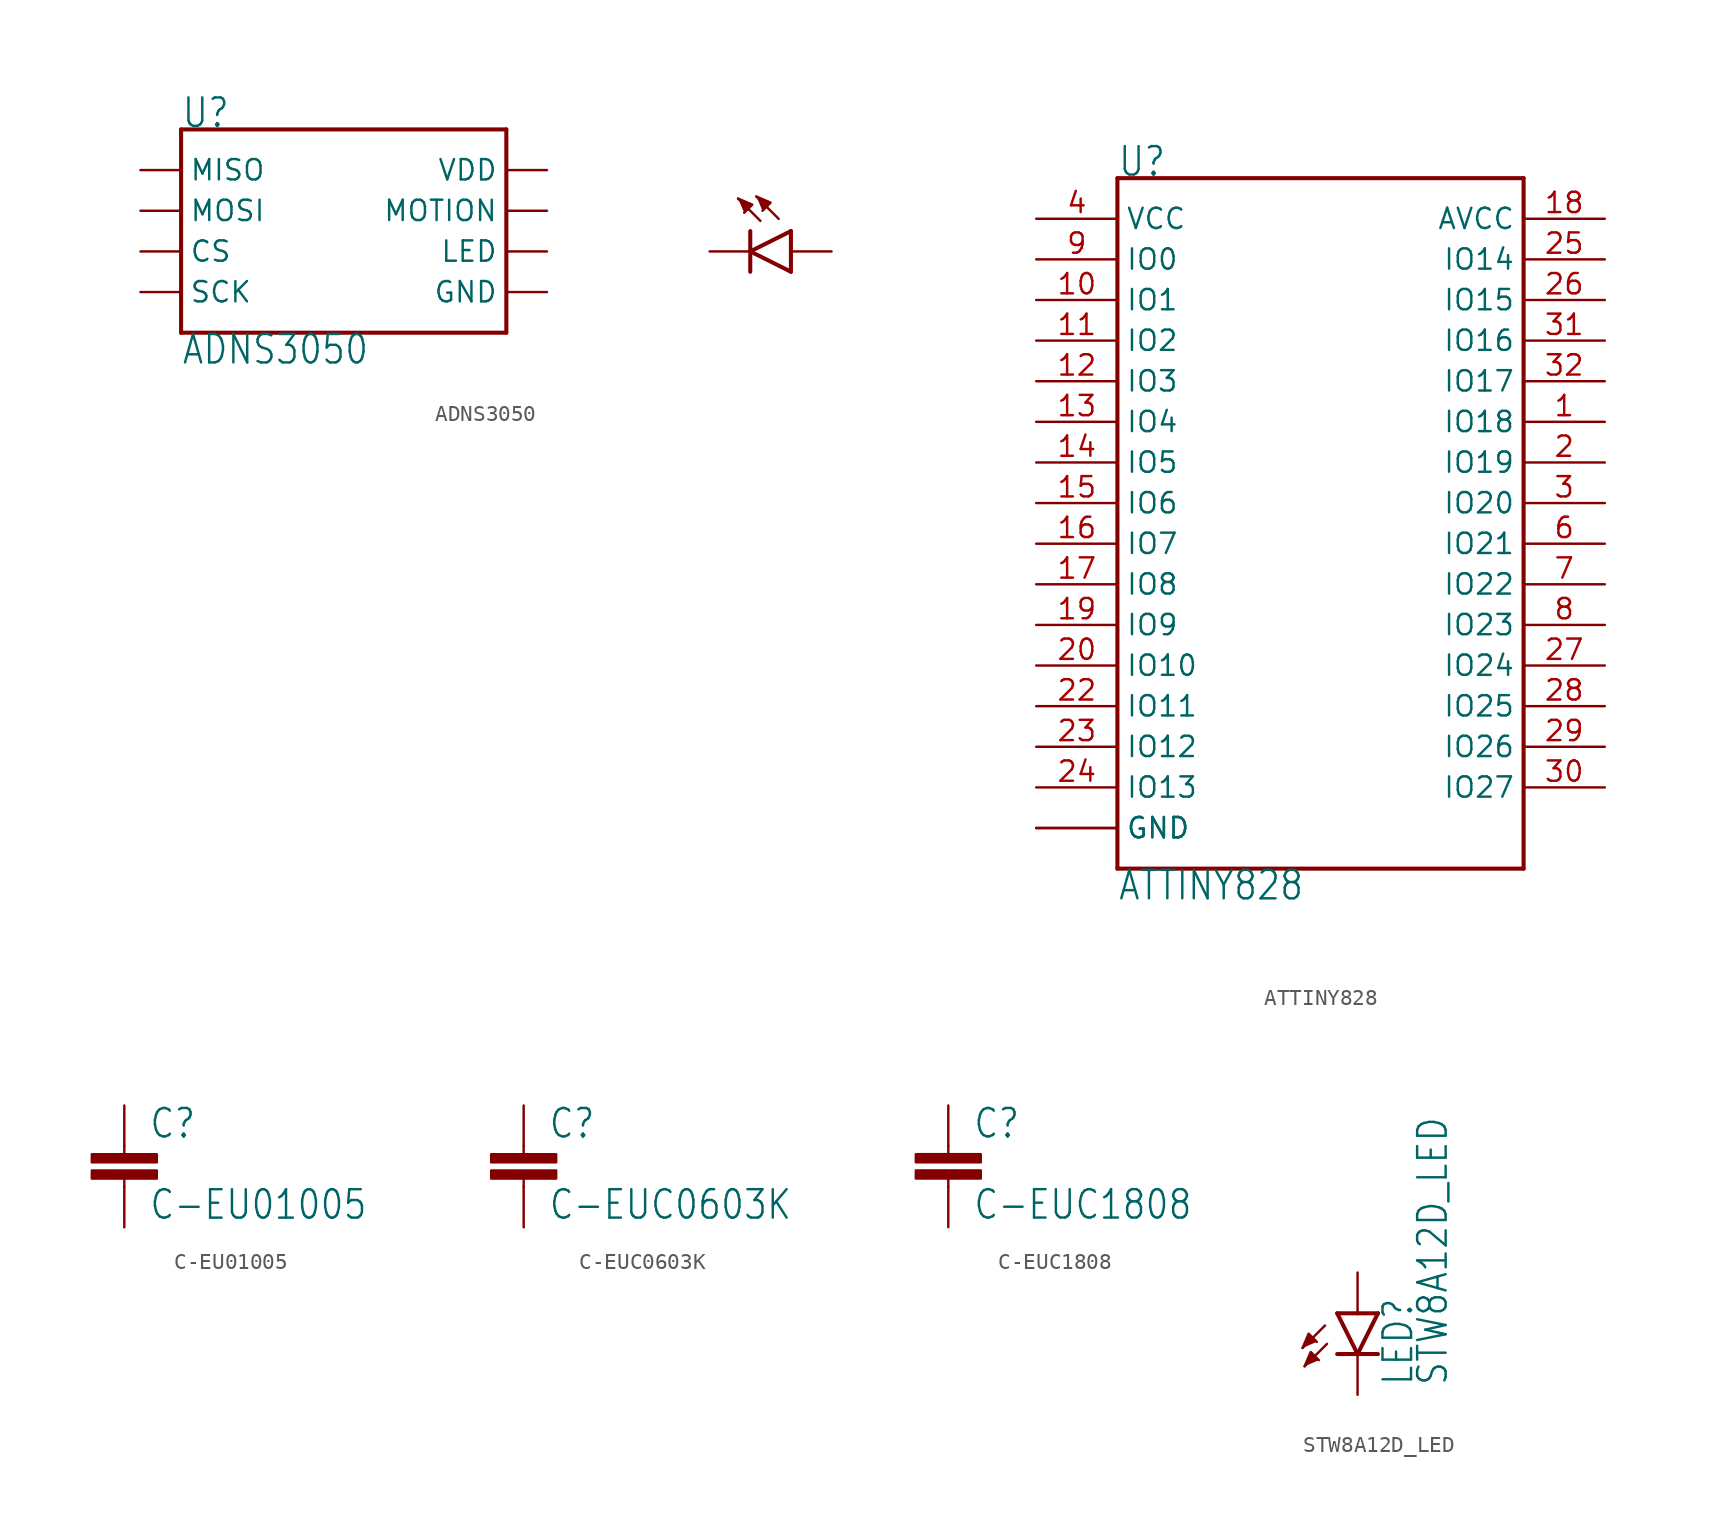
<source format=kicad_sym>
(kicad_symbol_lib
  (version 20211014)
  (generator kicad_symbol_editor)
  (symbol "ADNS3050"
    (property "Reference" "U"
      (at -10.16 5.08 0)
      (effects (font (size 1.778 1.511)) (justify left bottom)))
    (property "Value" "ADNS3050"
      (at -10.16 -7.62 0)
      (effects (font (size 1.778 1.511)) (justify left top)))
    (property "ki_locked" ""
      (at 0 0 0)
      (effects (font (size 1.27 1.27))))
    (symbol "ADNS3050_1_0"
      (polyline (pts (xy -10.16 -7.62) (xy -10.16 5.08)) (stroke (width 0.254) (type default) (color 0 0 0 0)) (fill (type none)))
      (polyline (pts (xy -10.16 5.08) (xy 10.16 5.08)) (stroke (width 0.254) (type default) (color 0 0 0 0)) (fill (type none)))
      (polyline (pts (xy 10.16 -7.62) (xy -10.16 -7.62)) (stroke (width 0.254) (type default) (color 0 0 0 0)) (fill (type none)))
      (polyline (pts (xy 10.16 5.08) (xy 10.16 -7.62)) (stroke (width 0.254) (type default) (color 0 0 0 0)) (fill (type none)))
      (polyline (pts (xy 25.4 -3.81) (xy 25.4 -2.54)) (stroke (width 0.254) (type default) (color 0 0 0 0)) (fill (type none)))
      (polyline (pts (xy 25.4 -2.54) (xy 25.4 -1.27)) (stroke (width 0.254) (type default) (color 0 0 0 0)) (fill (type none)))
      (polyline (pts (xy 25.4 -2.54) (xy 27.94 -1.27)) (stroke (width 0.254) (type default) (color 0 0 0 0)) (fill (type none)))
      (polyline (pts (xy 26.035 -0.635) (xy 24.638 0.762)) (stroke (width 0.152) (type default) (color 0 0 0 0)) (fill (type none)))
      (polyline (pts (xy 27.178 -0.508) (xy 25.781 0.889)) (stroke (width 0.152) (type default) (color 0 0 0 0)) (fill (type none)))
      (polyline (pts (xy 27.94 -3.81) (xy 25.4 -2.54)) (stroke (width 0.254) (type default) (color 0 0 0 0)) (fill (type none)))
      (polyline (pts (xy 27.94 -3.81) (xy 27.94 -1.27)) (stroke (width 0.254) (type default) (color 0 0 0 0)) (fill (type none)))
      (polyline (pts (xy 24.638 0.762) (xy 25.527 0.381) (xy 25.019 -0.127)) (stroke (width 0) (type default) (color 0 0 0 0)) (fill (type outline)))
      (polyline (pts (xy 25.781 0.889) (xy 26.67 0.508) (xy 26.162 0)) (stroke (width 0) (type default) (color 0 0 0 0)) (fill (type outline)))
      (pin bidirectional line (at -12.7 2.54 0) (length 2.54) (name "MISO" (effects (font (size 1.27 1.27)))) (number "1" (effects (font (size 0 0)))))
      (pin passive line (at 12.7 -2.54 180) (length 2.54) (name "LED" (effects (font (size 1.27 1.27)))) (number "2" (effects (font (size 0 0)))))
      (pin bidirectional line (at -12.7 0 0) (length 2.54) (name "MOSI" (effects (font (size 1.27 1.27)))) (number "3" (effects (font (size 0 0)))))
      (pin bidirectional line (at -12.7 -2.54 0) (length 2.54) (name "CS" (effects (font (size 1.27 1.27)))) (number "4" (effects (font (size 0 0)))))
      (pin bidirectional line (at -12.7 -5.08 0) (length 2.54) (name "SCK" (effects (font (size 1.27 1.27)))) (number "5" (effects (font (size 0 0)))))
      (pin power_in line (at 12.7 -5.08 180) (length 2.54) (name "GND" (effects (font (size 1.27 1.27)))) (number "6" (effects (font (size 0 0)))))
      (pin power_in line (at 12.7 2.54 180) (length 2.54) (name "VDD" (effects (font (size 1.27 1.27)))) (number "7" (effects (font (size 0 0)))))
      (pin output line (at 12.7 0 180) (length 2.54) (name "MOTION" (effects (font (size 1.27 1.27)))) (number "8" (effects (font (size 0 0)))))
      (pin passive line (at 30.48 -2.54 180) (length 2.54) (name "A" (effects (font (size 0 0)))) (number "A" (effects (font (size 0 0)))))
      (pin passive line (at 22.86 -2.54 0) (length 2.54) (name "K" (effects (font (size 0 0)))) (number "K" (effects (font (size 0 0)))))))
  (symbol "ATTINY828"
    (property "Reference" "U"
      (at -12.7 12.7 0)
      (effects (font (size 1.778 1.511)) (justify left bottom)))
    (property "Value" "ATTINY828"
      (at -12.7 -30.48 0)
      (effects (font (size 1.778 1.511)) (justify left top)))
    (property "ki_locked" ""
      (at 0 0 0)
      (effects (font (size 1.27 1.27))))
    (symbol "ATTINY828_1_0"
      (polyline (pts (xy -12.7 -30.48) (xy -12.7 12.7)) (stroke (width 0.254) (type default) (color 0 0 0 0)) (fill (type none)))
      (polyline (pts (xy -12.7 12.7) (xy 12.7 12.7)) (stroke (width 0.254) (type default) (color 0 0 0 0)) (fill (type none)))
      (polyline (pts (xy 12.7 -30.48) (xy -12.7 -30.48)) (stroke (width 0.254) (type default) (color 0 0 0 0)) (fill (type none)))
      (polyline (pts (xy 12.7 12.7) (xy 12.7 -30.48)) (stroke (width 0.254) (type default) (color 0 0 0 0)) (fill (type none)))
      (pin bidirectional line (at 17.78 -2.54 180) (length 5.08) (name "IO18" (effects (font (size 1.27 1.27)))) (number "1" (effects (font (size 1.27 1.27)))))
      (pin bidirectional line (at -17.78 5.08 0) (length 5.08) (name "IO1" (effects (font (size 1.27 1.27)))) (number "10" (effects (font (size 1.27 1.27)))))
      (pin bidirectional line (at -17.78 2.54 0) (length 5.08) (name "IO2" (effects (font (size 1.27 1.27)))) (number "11" (effects (font (size 1.27 1.27)))))
      (pin bidirectional line (at -17.78 0 0) (length 5.08) (name "IO3" (effects (font (size 1.27 1.27)))) (number "12" (effects (font (size 1.27 1.27)))))
      (pin bidirectional line (at -17.78 -2.54 0) (length 5.08) (name "IO4" (effects (font (size 1.27 1.27)))) (number "13" (effects (font (size 1.27 1.27)))))
      (pin bidirectional line (at -17.78 -5.08 0) (length 5.08) (name "IO5" (effects (font (size 1.27 1.27)))) (number "14" (effects (font (size 1.27 1.27)))))
      (pin bidirectional line (at -17.78 -7.62 0) (length 5.08) (name "IO6" (effects (font (size 1.27 1.27)))) (number "15" (effects (font (size 1.27 1.27)))))
      (pin bidirectional line (at -17.78 -10.16 0) (length 5.08) (name "IO7" (effects (font (size 1.27 1.27)))) (number "16" (effects (font (size 1.27 1.27)))))
      (pin bidirectional line (at -17.78 -12.7 0) (length 5.08) (name "IO8" (effects (font (size 1.27 1.27)))) (number "17" (effects (font (size 1.27 1.27)))))
      (pin power_in line (at 17.78 10.16 180) (length 5.08) (name "AVCC" (effects (font (size 1.27 1.27)))) (number "18" (effects (font (size 1.27 1.27)))))
      (pin bidirectional line (at -17.78 -15.24 0) (length 5.08) (name "IO9" (effects (font (size 1.27 1.27)))) (number "19" (effects (font (size 1.27 1.27)))))
      (pin bidirectional line (at 17.78 -5.08 180) (length 5.08) (name "IO19" (effects (font (size 1.27 1.27)))) (number "2" (effects (font (size 1.27 1.27)))))
      (pin bidirectional line (at -17.78 -17.78 0) (length 5.08) (name "IO10" (effects (font (size 1.27 1.27)))) (number "20" (effects (font (size 1.27 1.27)))))
      (pin power_in line (at -17.78 -27.94 0) (length 5.08) (name "GND" (effects (font (size 1.27 1.27)))) (number "21" (effects (font (size 0 0)))))
      (pin bidirectional line (at -17.78 -20.32 0) (length 5.08) (name "IO11" (effects (font (size 1.27 1.27)))) (number "22" (effects (font (size 1.27 1.27)))))
      (pin bidirectional line (at -17.78 -22.86 0) (length 5.08) (name "IO12" (effects (font (size 1.27 1.27)))) (number "23" (effects (font (size 1.27 1.27)))))
      (pin bidirectional line (at -17.78 -25.4 0) (length 5.08) (name "IO13" (effects (font (size 1.27 1.27)))) (number "24" (effects (font (size 1.27 1.27)))))
      (pin bidirectional line (at 17.78 7.62 180) (length 5.08) (name "IO14" (effects (font (size 1.27 1.27)))) (number "25" (effects (font (size 1.27 1.27)))))
      (pin bidirectional line (at 17.78 5.08 180) (length 5.08) (name "IO15" (effects (font (size 1.27 1.27)))) (number "26" (effects (font (size 1.27 1.27)))))
      (pin bidirectional line (at 17.78 -17.78 180) (length 5.08) (name "IO24" (effects (font (size 1.27 1.27)))) (number "27" (effects (font (size 1.27 1.27)))))
      (pin bidirectional line (at 17.78 -20.32 180) (length 5.08) (name "IO25" (effects (font (size 1.27 1.27)))) (number "28" (effects (font (size 1.27 1.27)))))
      (pin bidirectional line (at 17.78 -22.86 180) (length 5.08) (name "IO26" (effects (font (size 1.27 1.27)))) (number "29" (effects (font (size 1.27 1.27)))))
      (pin bidirectional line (at 17.78 -7.62 180) (length 5.08) (name "IO20" (effects (font (size 1.27 1.27)))) (number "3" (effects (font (size 1.27 1.27)))))
      (pin bidirectional line (at 17.78 -25.4 180) (length 5.08) (name "IO27" (effects (font (size 1.27 1.27)))) (number "30" (effects (font (size 1.27 1.27)))))
      (pin bidirectional line (at 17.78 2.54 180) (length 5.08) (name "IO16" (effects (font (size 1.27 1.27)))) (number "31" (effects (font (size 1.27 1.27)))))
      (pin bidirectional line (at 17.78 0 180) (length 5.08) (name "IO17" (effects (font (size 1.27 1.27)))) (number "32" (effects (font (size 1.27 1.27)))))
      (pin power_in line (at -17.78 10.16 0) (length 5.08) (name "VCC" (effects (font (size 1.27 1.27)))) (number "4" (effects (font (size 1.27 1.27)))))
      (pin power_in line (at -17.78 -27.94 0) (length 5.08) (name "GND" (effects (font (size 1.27 1.27)))) (number "5" (effects (font (size 0 0)))))
      (pin bidirectional line (at 17.78 -10.16 180) (length 5.08) (name "IO21" (effects (font (size 1.27 1.27)))) (number "6" (effects (font (size 1.27 1.27)))))
      (pin bidirectional line (at 17.78 -12.7 180) (length 5.08) (name "IO22" (effects (font (size 1.27 1.27)))) (number "7" (effects (font (size 1.27 1.27)))))
      (pin bidirectional line (at 17.78 -15.24 180) (length 5.08) (name "IO23" (effects (font (size 1.27 1.27)))) (number "8" (effects (font (size 1.27 1.27)))))
      (pin bidirectional line (at -17.78 7.62 0) (length 5.08) (name "IO0" (effects (font (size 1.27 1.27)))) (number "9" (effects (font (size 1.27 1.27)))))))
  (symbol "C-EU01005"
    (property "Reference" "C"
      (at 1.524 0.381 0)
      (effects (font (size 1.778 1.511)) (justify left bottom)))
    (property "Value" "C-EU01005"
      (at 1.524 -4.699 0)
      (effects (font (size 1.778 1.511)) (justify left bottom)))
    (property "ki_locked" ""
      (at 0 0 0)
      (effects (font (size 1.27 1.27))))
    (symbol "C-EU01005_1_0"
      (rectangle (start -2.032 -2.032) (end 2.032 -1.524) (stroke (width 0) (type default) (color 0 0 0 0)) (fill (type outline)))
      (rectangle (start -2.032 -1.016) (end 2.032 -0.508) (stroke (width 0) (type default) (color 0 0 0 0)) (fill (type outline)))
      (polyline (pts (xy 0 -2.54) (xy 0 -2.032)) (stroke (width 0.152) (type default) (color 0 0 0 0)) (fill (type none)))
      (polyline (pts (xy 0 0) (xy 0 -0.508)) (stroke (width 0.152) (type default) (color 0 0 0 0)) (fill (type none)))
      (pin passive line (at 0 2.54 270) (length 2.54) (name "1" (effects (font (size 0 0)))) (number "1" (effects (font (size 0 0)))))
      (pin passive line (at 0 -5.08 90) (length 2.54) (name "2" (effects (font (size 0 0)))) (number "2" (effects (font (size 0 0)))))))
  (symbol "C-EUC0603K"
    (property "Reference" "C"
      (at 1.524 0.381 0)
      (effects (font (size 1.778 1.511)) (justify left bottom)))
    (property "Value" "C-EUC0603K"
      (at 1.524 -4.699 0)
      (effects (font (size 1.778 1.511)) (justify left bottom)))
    (property "ki_locked" ""
      (at 0 0 0)
      (effects (font (size 1.27 1.27))))
    (symbol "C-EUC0603K_1_0"
      (rectangle (start -2.032 -2.032) (end 2.032 -1.524) (stroke (width 0) (type default) (color 0 0 0 0)) (fill (type outline)))
      (rectangle (start -2.032 -1.016) (end 2.032 -0.508) (stroke (width 0) (type default) (color 0 0 0 0)) (fill (type outline)))
      (polyline (pts (xy 0 -2.54) (xy 0 -2.032)) (stroke (width 0.152) (type default) (color 0 0 0 0)) (fill (type none)))
      (polyline (pts (xy 0 0) (xy 0 -0.508)) (stroke (width 0.152) (type default) (color 0 0 0 0)) (fill (type none)))
      (pin passive line (at 0 2.54 270) (length 2.54) (name "1" (effects (font (size 0 0)))) (number "1" (effects (font (size 0 0)))))
      (pin passive line (at 0 -5.08 90) (length 2.54) (name "2" (effects (font (size 0 0)))) (number "2" (effects (font (size 0 0)))))))
  (symbol "C-EUC1808"
    (property "Reference" "C"
      (at 1.524 0.381 0)
      (effects (font (size 1.778 1.511)) (justify left bottom)))
    (property "Value" "C-EUC1808"
      (at 1.524 -4.699 0)
      (effects (font (size 1.778 1.511)) (justify left bottom)))
    (property "ki_locked" ""
      (at 0 0 0)
      (effects (font (size 1.27 1.27))))
    (symbol "C-EUC1808_1_0"
      (rectangle (start -2.032 -2.032) (end 2.032 -1.524) (stroke (width 0) (type default) (color 0 0 0 0)) (fill (type outline)))
      (rectangle (start -2.032 -1.016) (end 2.032 -0.508) (stroke (width 0) (type default) (color 0 0 0 0)) (fill (type outline)))
      (polyline (pts (xy 0 -2.54) (xy 0 -2.032)) (stroke (width 0.152) (type default) (color 0 0 0 0)) (fill (type none)))
      (polyline (pts (xy 0 0) (xy 0 -0.508)) (stroke (width 0.152) (type default) (color 0 0 0 0)) (fill (type none)))
      (pin passive line (at 0 2.54 270) (length 2.54) (name "1" (effects (font (size 0 0)))) (number "1" (effects (font (size 0 0)))))
      (pin passive line (at 0 -5.08 90) (length 2.54) (name "2" (effects (font (size 0 0)))) (number "2" (effects (font (size 0 0)))))))
  (symbol "STW8A12D_LED"
    (property "Reference" "LED"
      (at 3.556 -4.572 90)
      (effects (font (size 1.778 1.511)) (justify left bottom)))
    (property "Value" "STW8A12D_LED"
      (at 5.715 -4.572 90)
      (effects (font (size 1.778 1.511)) (justify left bottom)))
    (property "ki_locked" ""
      (at 0 0 0)
      (effects (font (size 1.27 1.27))))
    (symbol "STW8A12D_LED_1_0"
      (polyline (pts (xy -2.032 -0.762) (xy -3.429 -2.159)) (stroke (width 0.152) (type default) (color 0 0 0 0)) (fill (type none)))
      (polyline (pts (xy -1.905 -1.905) (xy -3.302 -3.302)) (stroke (width 0.152) (type default) (color 0 0 0 0)) (fill (type none)))
      (polyline (pts (xy 0 -2.54) (xy -1.27 -2.54)) (stroke (width 0.254) (type default) (color 0 0 0 0)) (fill (type none)))
      (polyline (pts (xy 0 -2.54) (xy -1.27 0)) (stroke (width 0.254) (type default) (color 0 0 0 0)) (fill (type none)))
      (polyline (pts (xy 0 0) (xy -1.27 0)) (stroke (width 0.254) (type default) (color 0 0 0 0)) (fill (type none)))
      (polyline (pts (xy 1.27 -2.54) (xy 0 -2.54)) (stroke (width 0.254) (type default) (color 0 0 0 0)) (fill (type none)))
      (polyline (pts (xy 1.27 0) (xy 0 -2.54)) (stroke (width 0.254) (type default) (color 0 0 0 0)) (fill (type none)))
      (polyline (pts (xy 1.27 0) (xy 0 0)) (stroke (width 0.254) (type default) (color 0 0 0 0)) (fill (type none)))
      (polyline (pts (xy -3.429 -2.159) (xy -3.048 -1.27) (xy -2.54 -1.778)) (stroke (width 0) (type default) (color 0 0 0 0)) (fill (type outline)))
      (polyline (pts (xy -3.302 -3.302) (xy -2.921 -2.413) (xy -2.413 -2.921)) (stroke (width 0) (type default) (color 0 0 0 0)) (fill (type outline)))
      (pin passive line (at 0 2.54 270) (length 2.54) (name "A" (effects (font (size 0 0)))) (number "1" (effects (font (size 0 0)))))
      (pin passive line (at 0 -5.08 90) (length 2.54) (name "C" (effects (font (size 0 0)))) (number "2" (effects (font (size 0 0))))))))
</source>
